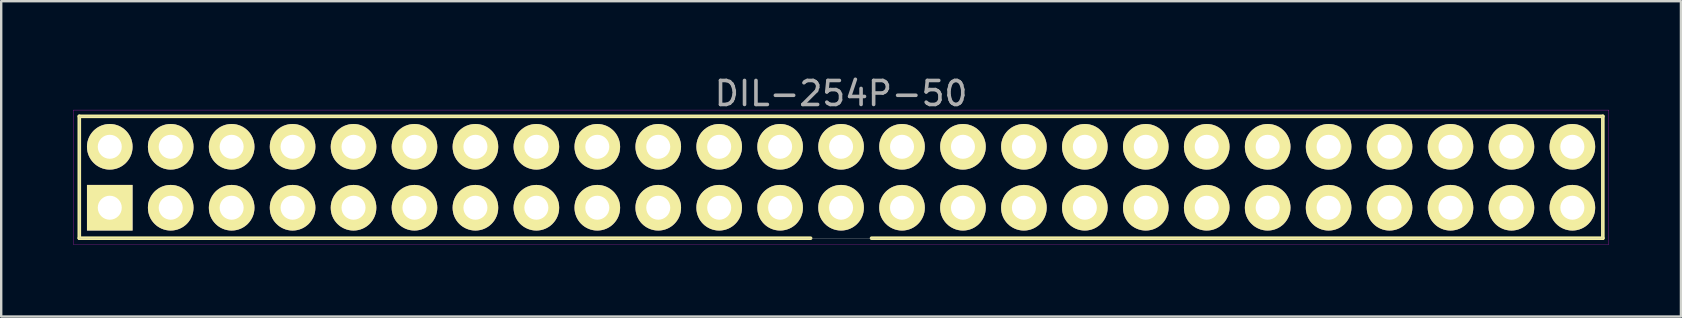
<source format=kicad_pcb>
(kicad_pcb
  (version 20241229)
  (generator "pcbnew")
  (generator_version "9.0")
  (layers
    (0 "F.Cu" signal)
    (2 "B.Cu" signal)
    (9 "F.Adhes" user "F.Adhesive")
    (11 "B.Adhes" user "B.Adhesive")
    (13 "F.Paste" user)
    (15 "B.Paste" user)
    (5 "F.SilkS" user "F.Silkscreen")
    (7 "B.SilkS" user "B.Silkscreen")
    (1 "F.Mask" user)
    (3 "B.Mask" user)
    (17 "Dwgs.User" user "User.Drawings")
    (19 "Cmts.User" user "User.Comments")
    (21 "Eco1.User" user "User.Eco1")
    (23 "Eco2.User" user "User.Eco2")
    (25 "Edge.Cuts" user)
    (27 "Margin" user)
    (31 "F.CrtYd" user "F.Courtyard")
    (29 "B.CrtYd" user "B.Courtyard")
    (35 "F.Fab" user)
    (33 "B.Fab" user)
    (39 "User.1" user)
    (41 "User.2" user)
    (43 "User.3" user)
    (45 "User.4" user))
  (footprint "DIL-254P-50"
    (layer "F.Cu")
    (at 32.005 4.338)
    (property "Reference" "DIL-254P-50" (at 0 -3.49 0) (layer "F.Fab") (effects (font (size 1 1) (thickness 0.15))))
    (attr through_hole)
    (fp_line (start -31.75 -2.54) (end 31.75 -2.54) (stroke (width 0.15) (type solid)) (layer "F.SilkS"))
    (fp_line (start -31.75 2.54) (end -31.75 -2.54) (stroke (width 0.15) (type solid)) (layer "F.SilkS"))
    (fp_line (start -1.27 2.54) (end -31.75 2.54) (stroke (width 0.15) (type solid)) (layer "F.SilkS"))
    (fp_line (start 31.75 -2.54) (end 31.75 2.54) (stroke (width 0.15) (type solid)) (layer "F.SilkS"))
    (fp_line (start 31.75 2.54) (end 1.27 2.54) (stroke (width 0.15) (type solid)) (layer "F.SilkS"))
    (fp_line (start -32 -2.8) (end 32 -2.8) (stroke (width 0.01) (type solid)) (layer "F.CrtYd"))
    (fp_line (start -32 2.8) (end -32 -2.8) (stroke (width 0.01) (type solid)) (layer "F.CrtYd"))
    (fp_line (start 32 -2.8) (end 32 2.8) (stroke (width 0.01) (type solid)) (layer "F.CrtYd"))
    (fp_line (start 32 2.8) (end -32 2.8) (stroke (width 0.01) (type solid)) (layer "F.CrtYd"))
    (fp_line (start -31.75 -2.54) (end 31.75 -2.54) (stroke (width 0.01) (type solid)) (layer "F.Fab"))
    (fp_line (start -31.75 2.54) (end -31.75 -2.54) (stroke (width 0.01) (type solid)) (layer "F.Fab"))
    (fp_line (start 31.75 -2.54) (end 31.75 2.54) (stroke (width 0.01) (type solid)) (layer "F.Fab"))
    (fp_line (start 31.75 2.54) (end -31.75 2.54) (stroke (width 0.01) (type solid)) (layer "F.Fab"))
    (pad "1" thru_hole rect (at -30.48 1.27) (size 1.9 1.9) (drill 1) (layers "*.Cu" "*.Mask" "F.SilkS"))
    (pad "2" thru_hole circle (at -30.48 -1.27) (size 1.9 1.9) (drill 1) (layers "*.Cu" "*.Mask" "F.SilkS"))
    (pad "3" thru_hole circle (at -27.94 1.27) (size 1.9 1.9) (drill 1) (layers "*.Cu" "*.Mask" "F.SilkS"))
    (pad "4" thru_hole circle (at -27.94 -1.27) (size 1.9 1.9) (drill 1) (layers "*.Cu" "*.Mask" "F.SilkS"))
    (pad "5" thru_hole circle (at -25.4 1.27) (size 1.9 1.9) (drill 1) (layers "*.Cu" "*.Mask" "F.SilkS"))
    (pad "6" thru_hole circle (at -25.4 -1.27) (size 1.9 1.9) (drill 1) (layers "*.Cu" "*.Mask" "F.SilkS"))
    (pad "7" thru_hole circle (at -22.86 1.27) (size 1.9 1.9) (drill 1) (layers "*.Cu" "*.Mask" "F.SilkS"))
    (pad "8" thru_hole circle (at -22.86 -1.27) (size 1.9 1.9) (drill 1) (layers "*.Cu" "*.Mask" "F.SilkS"))
    (pad "9" thru_hole circle (at -20.32 1.27) (size 1.9 1.9) (drill 1) (layers "*.Cu" "*.Mask" "F.SilkS"))
    (pad "10" thru_hole circle (at -20.32 -1.27) (size 1.9 1.9) (drill 1) (layers "*.Cu" "*.Mask" "F.SilkS"))
    (pad "11" thru_hole circle (at -17.78 1.27) (size 1.9 1.9) (drill 1) (layers "*.Cu" "*.Mask" "F.SilkS"))
    (pad "12" thru_hole circle (at -17.78 -1.27) (size 1.9 1.9) (drill 1) (layers "*.Cu" "*.Mask" "F.SilkS"))
    (pad "13" thru_hole circle (at -15.24 1.27) (size 1.9 1.9) (drill 1) (layers "*.Cu" "*.Mask" "F.SilkS"))
    (pad "14" thru_hole circle (at -15.24 -1.27) (size 1.9 1.9) (drill 1) (layers "*.Cu" "*.Mask" "F.SilkS"))
    (pad "15" thru_hole circle (at -12.7 1.27) (size 1.9 1.9) (drill 1) (layers "*.Cu" "*.Mask" "F.SilkS"))
    (pad "16" thru_hole circle (at -12.7 -1.27) (size 1.9 1.9) (drill 1) (layers "*.Cu" "*.Mask" "F.SilkS"))
    (pad "17" thru_hole circle (at -10.16 1.27) (size 1.9 1.9) (drill 1) (layers "*.Cu" "*.Mask" "F.SilkS"))
    (pad "18" thru_hole circle (at -10.16 -1.27) (size 1.9 1.9) (drill 1) (layers "*.Cu" "*.Mask" "F.SilkS"))
    (pad "19" thru_hole circle (at -7.62 1.27) (size 1.9 1.9) (drill 1) (layers "*.Cu" "*.Mask" "F.SilkS"))
    (pad "20" thru_hole circle (at -7.62 -1.27) (size 1.9 1.9) (drill 1) (layers "*.Cu" "*.Mask" "F.SilkS"))
    (pad "21" thru_hole circle (at -5.08 1.27) (size 1.9 1.9) (drill 1) (layers "*.Cu" "*.Mask" "F.SilkS"))
    (pad "22" thru_hole circle (at -5.08 -1.27) (size 1.9 1.9) (drill 1) (layers "*.Cu" "*.Mask" "F.SilkS"))
    (pad "23" thru_hole circle (at -2.54 1.27) (size 1.9 1.9) (drill 1) (layers "*.Cu" "*.Mask" "F.SilkS"))
    (pad "24" thru_hole circle (at -2.54 -1.27) (size 1.9 1.9) (drill 1) (layers "*.Cu" "*.Mask" "F.SilkS"))
    (pad "25" thru_hole circle (at 0 1.27) (size 1.9 1.9) (drill 1) (layers "*.Cu" "*.Mask" "F.SilkS"))
    (pad "26" thru_hole circle (at 0 -1.27) (size 1.9 1.9) (drill 1) (layers "*.Cu" "*.Mask" "F.SilkS"))
    (pad "27" thru_hole circle (at 2.54 1.27) (size 1.9 1.9) (drill 1) (layers "*.Cu" "*.Mask" "F.SilkS"))
    (pad "28" thru_hole circle (at 2.54 -1.27) (size 1.9 1.9) (drill 1) (layers "*.Cu" "*.Mask" "F.SilkS"))
    (pad "29" thru_hole circle (at 5.08 1.27) (size 1.9 1.9) (drill 1) (layers "*.Cu" "*.Mask" "F.SilkS"))
    (pad "30" thru_hole circle (at 5.08 -1.27) (size 1.9 1.9) (drill 1) (layers "*.Cu" "*.Mask" "F.SilkS"))
    (pad "31" thru_hole circle (at 7.62 1.27) (size 1.9 1.9) (drill 1) (layers "*.Cu" "*.Mask" "F.SilkS"))
    (pad "32" thru_hole circle (at 7.62 -1.27) (size 1.9 1.9) (drill 1) (layers "*.Cu" "*.Mask" "F.SilkS"))
    (pad "33" thru_hole circle (at 10.16 1.27) (size 1.9 1.9) (drill 1) (layers "*.Cu" "*.Mask" "F.SilkS"))
    (pad "34" thru_hole circle (at 10.16 -1.27) (size 1.9 1.9) (drill 1) (layers "*.Cu" "*.Mask" "F.SilkS"))
    (pad "35" thru_hole circle (at 12.7 1.27) (size 1.9 1.9) (drill 1) (layers "*.Cu" "*.Mask" "F.SilkS"))
    (pad "36" thru_hole circle (at 12.7 -1.27) (size 1.9 1.9) (drill 1) (layers "*.Cu" "*.Mask" "F.SilkS"))
    (pad "37" thru_hole circle (at 15.24 1.27) (size 1.9 1.9) (drill 1) (layers "*.Cu" "*.Mask" "F.SilkS"))
    (pad "38" thru_hole circle (at 15.24 -1.27) (size 1.9 1.9) (drill 1) (layers "*.Cu" "*.Mask" "F.SilkS"))
    (pad "39" thru_hole circle (at 17.78 1.27) (size 1.9 1.9) (drill 1) (layers "*.Cu" "*.Mask" "F.SilkS"))
    (pad "40" thru_hole circle (at 17.78 -1.27) (size 1.9 1.9) (drill 1) (layers "*.Cu" "*.Mask" "F.SilkS"))
    (pad "41" thru_hole circle (at 20.32 1.27) (size 1.9 1.9) (drill 1) (layers "*.Cu" "*.Mask" "F.SilkS"))
    (pad "42" thru_hole circle (at 20.32 -1.27) (size 1.9 1.9) (drill 1) (layers "*.Cu" "*.Mask" "F.SilkS"))
    (pad "43" thru_hole circle (at 22.86 1.27) (size 1.9 1.9) (drill 1) (layers "*.Cu" "*.Mask" "F.SilkS"))
    (pad "44" thru_hole circle (at 22.86 -1.27) (size 1.9 1.9) (drill 1) (layers "*.Cu" "*.Mask" "F.SilkS"))
    (pad "45" thru_hole circle (at 25.4 1.27) (size 1.9 1.9) (drill 1) (layers "*.Cu" "*.Mask" "F.SilkS"))
    (pad "46" thru_hole circle (at 25.4 -1.27) (size 1.9 1.9) (drill 1) (layers "*.Cu" "*.Mask" "F.SilkS"))
    (pad "47" thru_hole circle (at 27.94 1.27) (size 1.9 1.9) (drill 1) (layers "*.Cu" "*.Mask" "F.SilkS"))
    (pad "48" thru_hole circle (at 27.94 -1.27) (size 1.9 1.9) (drill 1) (layers "*.Cu" "*.Mask" "F.SilkS"))
    (pad "49" thru_hole circle (at 30.48 1.27) (size 1.9 1.9) (drill 1) (layers "*.Cu" "*.Mask" "F.SilkS"))
    (pad "50" thru_hole circle (at 30.48 -1.27) (size 1.9 1.9) (drill 1) (layers "*.Cu" "*.Mask" "F.SilkS")))
  (gr_rect
    (start -3 -3)
    (end 67.01 10.143)
    (stroke (width 0.1) (type default))
    (fill no)
    (layer "Edge.Cuts")))
</source>
